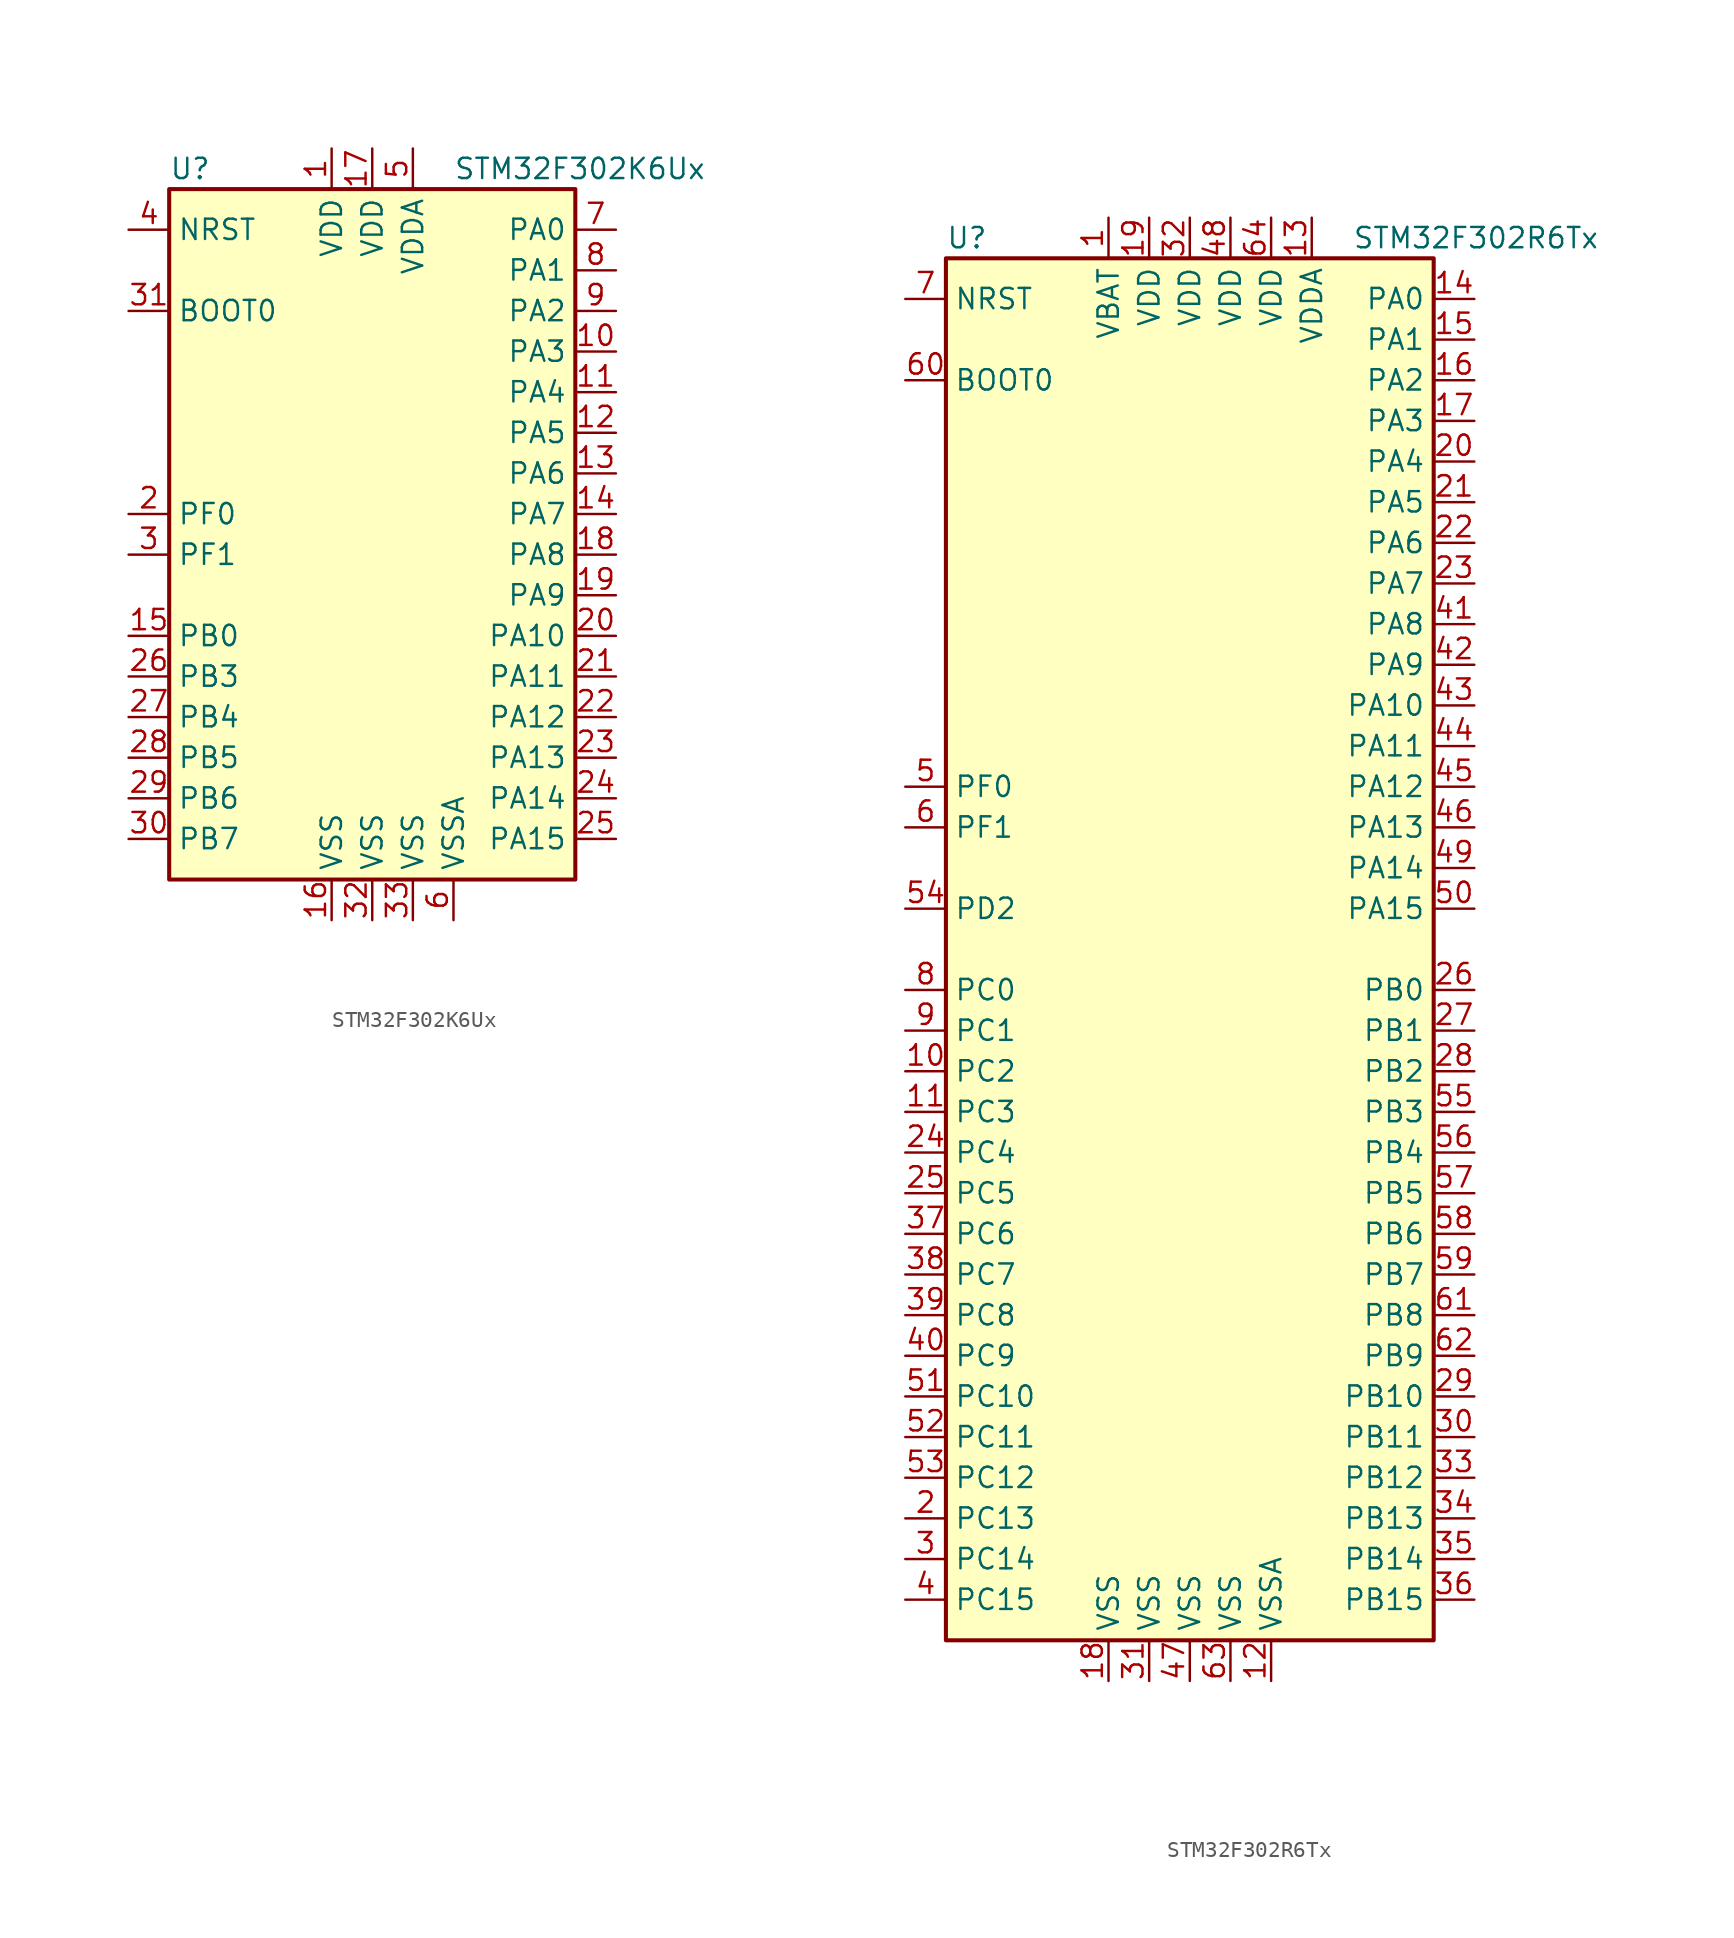
<source format=kicad_sym>
(kicad_symbol_lib
  (version 20201005)
  (generator kicad_symbol_editor)
  (symbol "STM32F302K6Ux"
    (property "Reference" "U"
      (at -12.7 21.59 0)
      (effects (font (size 1.27 1.27)) (justify left)))
    (property "Value" "STM32F302K6Ux"
      (at 5.08 21.59 0)
      (effects (font (size 1.27 1.27)) (justify left)))
    (symbol "STM32F302K6Ux_0_1"
      (rectangle (start -12.7 -22.86) (end 12.7 20.32) (stroke (width 0.254)) (fill (type background))))
    (symbol "STM32F302K6Ux_1_1"
      (pin power_in line (at -2.54 22.86 270) (length 2.54) (name "VDD" (effects (font (size 1.27 1.27)))) (number "1" (effects (font (size 1.27 1.27)))))
      (pin bidirectional line (at 15.24 10.16 180) (length 2.54) (name "PA3" (effects (font (size 1.27 1.27)))) (number "10" (effects (font (size 1.27 1.27)))))
      (pin bidirectional line (at 15.24 7.62 180) (length 2.54) (name "PA4" (effects (font (size 1.27 1.27)))) (number "11" (effects (font (size 1.27 1.27)))))
      (pin bidirectional line (at 15.24 5.08 180) (length 2.54) (name "PA5" (effects (font (size 1.27 1.27)))) (number "12" (effects (font (size 1.27 1.27)))))
      (pin bidirectional line (at 15.24 2.54 180) (length 2.54) (name "PA6" (effects (font (size 1.27 1.27)))) (number "13" (effects (font (size 1.27 1.27)))))
      (pin bidirectional line (at 15.24 0 180) (length 2.54) (name "PA7" (effects (font (size 1.27 1.27)))) (number "14" (effects (font (size 1.27 1.27)))))
      (pin bidirectional line (at -15.24 -7.62 0) (length 2.54) (name "PB0" (effects (font (size 1.27 1.27)))) (number "15" (effects (font (size 1.27 1.27)))))
      (pin power_in line (at -2.54 -25.4 90) (length 2.54) (name "VSS" (effects (font (size 1.27 1.27)))) (number "16" (effects (font (size 1.27 1.27)))))
      (pin power_in line (at 0 22.86 270) (length 2.54) (name "VDD" (effects (font (size 1.27 1.27)))) (number "17" (effects (font (size 1.27 1.27)))))
      (pin bidirectional line (at 15.24 -2.54 180) (length 2.54) (name "PA8" (effects (font (size 1.27 1.27)))) (number "18" (effects (font (size 1.27 1.27)))))
      (pin bidirectional line (at 15.24 -5.08 180) (length 2.54) (name "PA9" (effects (font (size 1.27 1.27)))) (number "19" (effects (font (size 1.27 1.27)))))
      (pin input line (at -15.24 0 0) (length 2.54) (name "PF0" (effects (font (size 1.27 1.27)))) (number "2" (effects (font (size 1.27 1.27)))))
      (pin bidirectional line (at 15.24 -7.62 180) (length 2.54) (name "PA10" (effects (font (size 1.27 1.27)))) (number "20" (effects (font (size 1.27 1.27)))))
      (pin bidirectional line (at 15.24 -10.16 180) (length 2.54) (name "PA11" (effects (font (size 1.27 1.27)))) (number "21" (effects (font (size 1.27 1.27)))))
      (pin bidirectional line (at 15.24 -12.7 180) (length 2.54) (name "PA12" (effects (font (size 1.27 1.27)))) (number "22" (effects (font (size 1.27 1.27)))))
      (pin bidirectional line (at 15.24 -15.24 180) (length 2.54) (name "PA13" (effects (font (size 1.27 1.27)))) (number "23" (effects (font (size 1.27 1.27)))))
      (pin bidirectional line (at 15.24 -17.78 180) (length 2.54) (name "PA14" (effects (font (size 1.27 1.27)))) (number "24" (effects (font (size 1.27 1.27)))))
      (pin bidirectional line (at 15.24 -20.32 180) (length 2.54) (name "PA15" (effects (font (size 1.27 1.27)))) (number "25" (effects (font (size 1.27 1.27)))))
      (pin bidirectional line (at -15.24 -10.16 0) (length 2.54) (name "PB3" (effects (font (size 1.27 1.27)))) (number "26" (effects (font (size 1.27 1.27)))))
      (pin bidirectional line (at -15.24 -12.7 0) (length 2.54) (name "PB4" (effects (font (size 1.27 1.27)))) (number "27" (effects (font (size 1.27 1.27)))))
      (pin bidirectional line (at -15.24 -15.24 0) (length 2.54) (name "PB5" (effects (font (size 1.27 1.27)))) (number "28" (effects (font (size 1.27 1.27)))))
      (pin bidirectional line (at -15.24 -17.78 0) (length 2.54) (name "PB6" (effects (font (size 1.27 1.27)))) (number "29" (effects (font (size 1.27 1.27)))))
      (pin input line (at -15.24 -2.54 0) (length 2.54) (name "PF1" (effects (font (size 1.27 1.27)))) (number "3" (effects (font (size 1.27 1.27)))))
      (pin bidirectional line (at -15.24 -20.32 0) (length 2.54) (name "PB7" (effects (font (size 1.27 1.27)))) (number "30" (effects (font (size 1.27 1.27)))))
      (pin input line (at -15.24 12.7 0) (length 2.54) (name "BOOT0" (effects (font (size 1.27 1.27)))) (number "31" (effects (font (size 1.27 1.27)))))
      (pin power_in line (at 0 -25.4 90) (length 2.54) (name "VSS" (effects (font (size 1.27 1.27)))) (number "32" (effects (font (size 1.27 1.27)))))
      (pin power_in line (at 2.54 -25.4 90) (length 2.54) (name "VSS" (effects (font (size 1.27 1.27)))) (number "33" (effects (font (size 1.27 1.27)))))
      (pin input line (at -15.24 17.78 0) (length 2.54) (name "NRST" (effects (font (size 1.27 1.27)))) (number "4" (effects (font (size 1.27 1.27)))))
      (pin power_in line (at 2.54 22.86 270) (length 2.54) (name "VDDA" (effects (font (size 1.27 1.27)))) (number "5" (effects (font (size 1.27 1.27)))))
      (pin power_in line (at 5.08 -25.4 90) (length 2.54) (name "VSSA" (effects (font (size 1.27 1.27)))) (number "6" (effects (font (size 1.27 1.27)))))
      (pin bidirectional line (at 15.24 17.78 180) (length 2.54) (name "PA0" (effects (font (size 1.27 1.27)))) (number "7" (effects (font (size 1.27 1.27)))))
      (pin bidirectional line (at 15.24 15.24 180) (length 2.54) (name "PA1" (effects (font (size 1.27 1.27)))) (number "8" (effects (font (size 1.27 1.27)))))
      (pin bidirectional line (at 15.24 12.7 180) (length 2.54) (name "PA2" (effects (font (size 1.27 1.27)))) (number "9" (effects (font (size 1.27 1.27)))))))
  (symbol "STM32F302R6Tx"
    (property "Reference" "U"
      (at -15.24 44.45 0)
      (effects (font (size 1.27 1.27)) (justify left)))
    (property "Value" "STM32F302R6Tx"
      (at 10.16 44.45 0)
      (effects (font (size 1.27 1.27)) (justify left)))
    (symbol "STM32F302R6Tx_0_1"
      (rectangle (start -15.24 -43.18) (end 15.24 43.18) (stroke (width 0.254)) (fill (type background))))
    (symbol "STM32F302R6Tx_1_1"
      (pin power_in line (at -5.08 45.72 270) (length 2.54) (name "VBAT" (effects (font (size 1.27 1.27)))) (number "1" (effects (font (size 1.27 1.27)))))
      (pin bidirectional line (at -17.78 -7.62 0) (length 2.54) (name "PC2" (effects (font (size 1.27 1.27)))) (number "10" (effects (font (size 1.27 1.27)))))
      (pin bidirectional line (at -17.78 -10.16 0) (length 2.54) (name "PC3" (effects (font (size 1.27 1.27)))) (number "11" (effects (font (size 1.27 1.27)))))
      (pin power_in line (at 5.08 -45.72 90) (length 2.54) (name "VSSA" (effects (font (size 1.27 1.27)))) (number "12" (effects (font (size 1.27 1.27)))))
      (pin power_in line (at 7.62 45.72 270) (length 2.54) (name "VDDA" (effects (font (size 1.27 1.27)))) (number "13" (effects (font (size 1.27 1.27)))))
      (pin bidirectional line (at 17.78 40.64 180) (length 2.54) (name "PA0" (effects (font (size 1.27 1.27)))) (number "14" (effects (font (size 1.27 1.27)))))
      (pin bidirectional line (at 17.78 38.1 180) (length 2.54) (name "PA1" (effects (font (size 1.27 1.27)))) (number "15" (effects (font (size 1.27 1.27)))))
      (pin bidirectional line (at 17.78 35.56 180) (length 2.54) (name "PA2" (effects (font (size 1.27 1.27)))) (number "16" (effects (font (size 1.27 1.27)))))
      (pin bidirectional line (at 17.78 33.02 180) (length 2.54) (name "PA3" (effects (font (size 1.27 1.27)))) (number "17" (effects (font (size 1.27 1.27)))))
      (pin power_in line (at -5.08 -45.72 90) (length 2.54) (name "VSS" (effects (font (size 1.27 1.27)))) (number "18" (effects (font (size 1.27 1.27)))))
      (pin power_in line (at -2.54 45.72 270) (length 2.54) (name "VDD" (effects (font (size 1.27 1.27)))) (number "19" (effects (font (size 1.27 1.27)))))
      (pin bidirectional line (at -17.78 -35.56 0) (length 2.54) (name "PC13" (effects (font (size 1.27 1.27)))) (number "2" (effects (font (size 1.27 1.27)))))
      (pin bidirectional line (at 17.78 30.48 180) (length 2.54) (name "PA4" (effects (font (size 1.27 1.27)))) (number "20" (effects (font (size 1.27 1.27)))))
      (pin bidirectional line (at 17.78 27.94 180) (length 2.54) (name "PA5" (effects (font (size 1.27 1.27)))) (number "21" (effects (font (size 1.27 1.27)))))
      (pin bidirectional line (at 17.78 25.4 180) (length 2.54) (name "PA6" (effects (font (size 1.27 1.27)))) (number "22" (effects (font (size 1.27 1.27)))))
      (pin bidirectional line (at 17.78 22.86 180) (length 2.54) (name "PA7" (effects (font (size 1.27 1.27)))) (number "23" (effects (font (size 1.27 1.27)))))
      (pin bidirectional line (at -17.78 -12.7 0) (length 2.54) (name "PC4" (effects (font (size 1.27 1.27)))) (number "24" (effects (font (size 1.27 1.27)))))
      (pin bidirectional line (at -17.78 -15.24 0) (length 2.54) (name "PC5" (effects (font (size 1.27 1.27)))) (number "25" (effects (font (size 1.27 1.27)))))
      (pin bidirectional line (at 17.78 -2.54 180) (length 2.54) (name "PB0" (effects (font (size 1.27 1.27)))) (number "26" (effects (font (size 1.27 1.27)))))
      (pin bidirectional line (at 17.78 -5.08 180) (length 2.54) (name "PB1" (effects (font (size 1.27 1.27)))) (number "27" (effects (font (size 1.27 1.27)))))
      (pin bidirectional line (at 17.78 -7.62 180) (length 2.54) (name "PB2" (effects (font (size 1.27 1.27)))) (number "28" (effects (font (size 1.27 1.27)))))
      (pin bidirectional line (at 17.78 -27.94 180) (length 2.54) (name "PB10" (effects (font (size 1.27 1.27)))) (number "29" (effects (font (size 1.27 1.27)))))
      (pin bidirectional line (at -17.78 -38.1 0) (length 2.54) (name "PC14" (effects (font (size 1.27 1.27)))) (number "3" (effects (font (size 1.27 1.27)))))
      (pin bidirectional line (at 17.78 -30.48 180) (length 2.54) (name "PB11" (effects (font (size 1.27 1.27)))) (number "30" (effects (font (size 1.27 1.27)))))
      (pin power_in line (at -2.54 -45.72 90) (length 2.54) (name "VSS" (effects (font (size 1.27 1.27)))) (number "31" (effects (font (size 1.27 1.27)))))
      (pin power_in line (at 0 45.72 270) (length 2.54) (name "VDD" (effects (font (size 1.27 1.27)))) (number "32" (effects (font (size 1.27 1.27)))))
      (pin bidirectional line (at 17.78 -33.02 180) (length 2.54) (name "PB12" (effects (font (size 1.27 1.27)))) (number "33" (effects (font (size 1.27 1.27)))))
      (pin bidirectional line (at 17.78 -35.56 180) (length 2.54) (name "PB13" (effects (font (size 1.27 1.27)))) (number "34" (effects (font (size 1.27 1.27)))))
      (pin bidirectional line (at 17.78 -38.1 180) (length 2.54) (name "PB14" (effects (font (size 1.27 1.27)))) (number "35" (effects (font (size 1.27 1.27)))))
      (pin bidirectional line (at 17.78 -40.64 180) (length 2.54) (name "PB15" (effects (font (size 1.27 1.27)))) (number "36" (effects (font (size 1.27 1.27)))))
      (pin bidirectional line (at -17.78 -17.78 0) (length 2.54) (name "PC6" (effects (font (size 1.27 1.27)))) (number "37" (effects (font (size 1.27 1.27)))))
      (pin bidirectional line (at -17.78 -20.32 0) (length 2.54) (name "PC7" (effects (font (size 1.27 1.27)))) (number "38" (effects (font (size 1.27 1.27)))))
      (pin bidirectional line (at -17.78 -22.86 0) (length 2.54) (name "PC8" (effects (font (size 1.27 1.27)))) (number "39" (effects (font (size 1.27 1.27)))))
      (pin bidirectional line (at -17.78 -40.64 0) (length 2.54) (name "PC15" (effects (font (size 1.27 1.27)))) (number "4" (effects (font (size 1.27 1.27)))))
      (pin bidirectional line (at -17.78 -25.4 0) (length 2.54) (name "PC9" (effects (font (size 1.27 1.27)))) (number "40" (effects (font (size 1.27 1.27)))))
      (pin bidirectional line (at 17.78 20.32 180) (length 2.54) (name "PA8" (effects (font (size 1.27 1.27)))) (number "41" (effects (font (size 1.27 1.27)))))
      (pin bidirectional line (at 17.78 17.78 180) (length 2.54) (name "PA9" (effects (font (size 1.27 1.27)))) (number "42" (effects (font (size 1.27 1.27)))))
      (pin bidirectional line (at 17.78 15.24 180) (length 2.54) (name "PA10" (effects (font (size 1.27 1.27)))) (number "43" (effects (font (size 1.27 1.27)))))
      (pin bidirectional line (at 17.78 12.7 180) (length 2.54) (name "PA11" (effects (font (size 1.27 1.27)))) (number "44" (effects (font (size 1.27 1.27)))))
      (pin bidirectional line (at 17.78 10.16 180) (length 2.54) (name "PA12" (effects (font (size 1.27 1.27)))) (number "45" (effects (font (size 1.27 1.27)))))
      (pin bidirectional line (at 17.78 7.62 180) (length 2.54) (name "PA13" (effects (font (size 1.27 1.27)))) (number "46" (effects (font (size 1.27 1.27)))))
      (pin power_in line (at 0 -45.72 90) (length 2.54) (name "VSS" (effects (font (size 1.27 1.27)))) (number "47" (effects (font (size 1.27 1.27)))))
      (pin power_in line (at 2.54 45.72 270) (length 2.54) (name "VDD" (effects (font (size 1.27 1.27)))) (number "48" (effects (font (size 1.27 1.27)))))
      (pin bidirectional line (at 17.78 5.08 180) (length 2.54) (name "PA14" (effects (font (size 1.27 1.27)))) (number "49" (effects (font (size 1.27 1.27)))))
      (pin input line (at -17.78 10.16 0) (length 2.54) (name "PF0" (effects (font (size 1.27 1.27)))) (number "5" (effects (font (size 1.27 1.27)))))
      (pin bidirectional line (at 17.78 2.54 180) (length 2.54) (name "PA15" (effects (font (size 1.27 1.27)))) (number "50" (effects (font (size 1.27 1.27)))))
      (pin bidirectional line (at -17.78 -27.94 0) (length 2.54) (name "PC10" (effects (font (size 1.27 1.27)))) (number "51" (effects (font (size 1.27 1.27)))))
      (pin bidirectional line (at -17.78 -30.48 0) (length 2.54) (name "PC11" (effects (font (size 1.27 1.27)))) (number "52" (effects (font (size 1.27 1.27)))))
      (pin bidirectional line (at -17.78 -33.02 0) (length 2.54) (name "PC12" (effects (font (size 1.27 1.27)))) (number "53" (effects (font (size 1.27 1.27)))))
      (pin bidirectional line (at -17.78 2.54 0) (length 2.54) (name "PD2" (effects (font (size 1.27 1.27)))) (number "54" (effects (font (size 1.27 1.27)))))
      (pin bidirectional line (at 17.78 -10.16 180) (length 2.54) (name "PB3" (effects (font (size 1.27 1.27)))) (number "55" (effects (font (size 1.27 1.27)))))
      (pin bidirectional line (at 17.78 -12.7 180) (length 2.54) (name "PB4" (effects (font (size 1.27 1.27)))) (number "56" (effects (font (size 1.27 1.27)))))
      (pin bidirectional line (at 17.78 -15.24 180) (length 2.54) (name "PB5" (effects (font (size 1.27 1.27)))) (number "57" (effects (font (size 1.27 1.27)))))
      (pin bidirectional line (at 17.78 -17.78 180) (length 2.54) (name "PB6" (effects (font (size 1.27 1.27)))) (number "58" (effects (font (size 1.27 1.27)))))
      (pin bidirectional line (at 17.78 -20.32 180) (length 2.54) (name "PB7" (effects (font (size 1.27 1.27)))) (number "59" (effects (font (size 1.27 1.27)))))
      (pin input line (at -17.78 7.62 0) (length 2.54) (name "PF1" (effects (font (size 1.27 1.27)))) (number "6" (effects (font (size 1.27 1.27)))))
      (pin input line (at -17.78 35.56 0) (length 2.54) (name "BOOT0" (effects (font (size 1.27 1.27)))) (number "60" (effects (font (size 1.27 1.27)))))
      (pin bidirectional line (at 17.78 -22.86 180) (length 2.54) (name "PB8" (effects (font (size 1.27 1.27)))) (number "61" (effects (font (size 1.27 1.27)))))
      (pin bidirectional line (at 17.78 -25.4 180) (length 2.54) (name "PB9" (effects (font (size 1.27 1.27)))) (number "62" (effects (font (size 1.27 1.27)))))
      (pin power_in line (at 2.54 -45.72 90) (length 2.54) (name "VSS" (effects (font (size 1.27 1.27)))) (number "63" (effects (font (size 1.27 1.27)))))
      (pin power_in line (at 5.08 45.72 270) (length 2.54) (name "VDD" (effects (font (size 1.27 1.27)))) (number "64" (effects (font (size 1.27 1.27)))))
      (pin input line (at -17.78 40.64 0) (length 2.54) (name "NRST" (effects (font (size 1.27 1.27)))) (number "7" (effects (font (size 1.27 1.27)))))
      (pin bidirectional line (at -17.78 -2.54 0) (length 2.54) (name "PC0" (effects (font (size 1.27 1.27)))) (number "8" (effects (font (size 1.27 1.27)))))
      (pin bidirectional line (at -17.78 -5.08 0) (length 2.54) (name "PC1" (effects (font (size 1.27 1.27)))) (number "9" (effects (font (size 1.27 1.27))))))))
</source>
